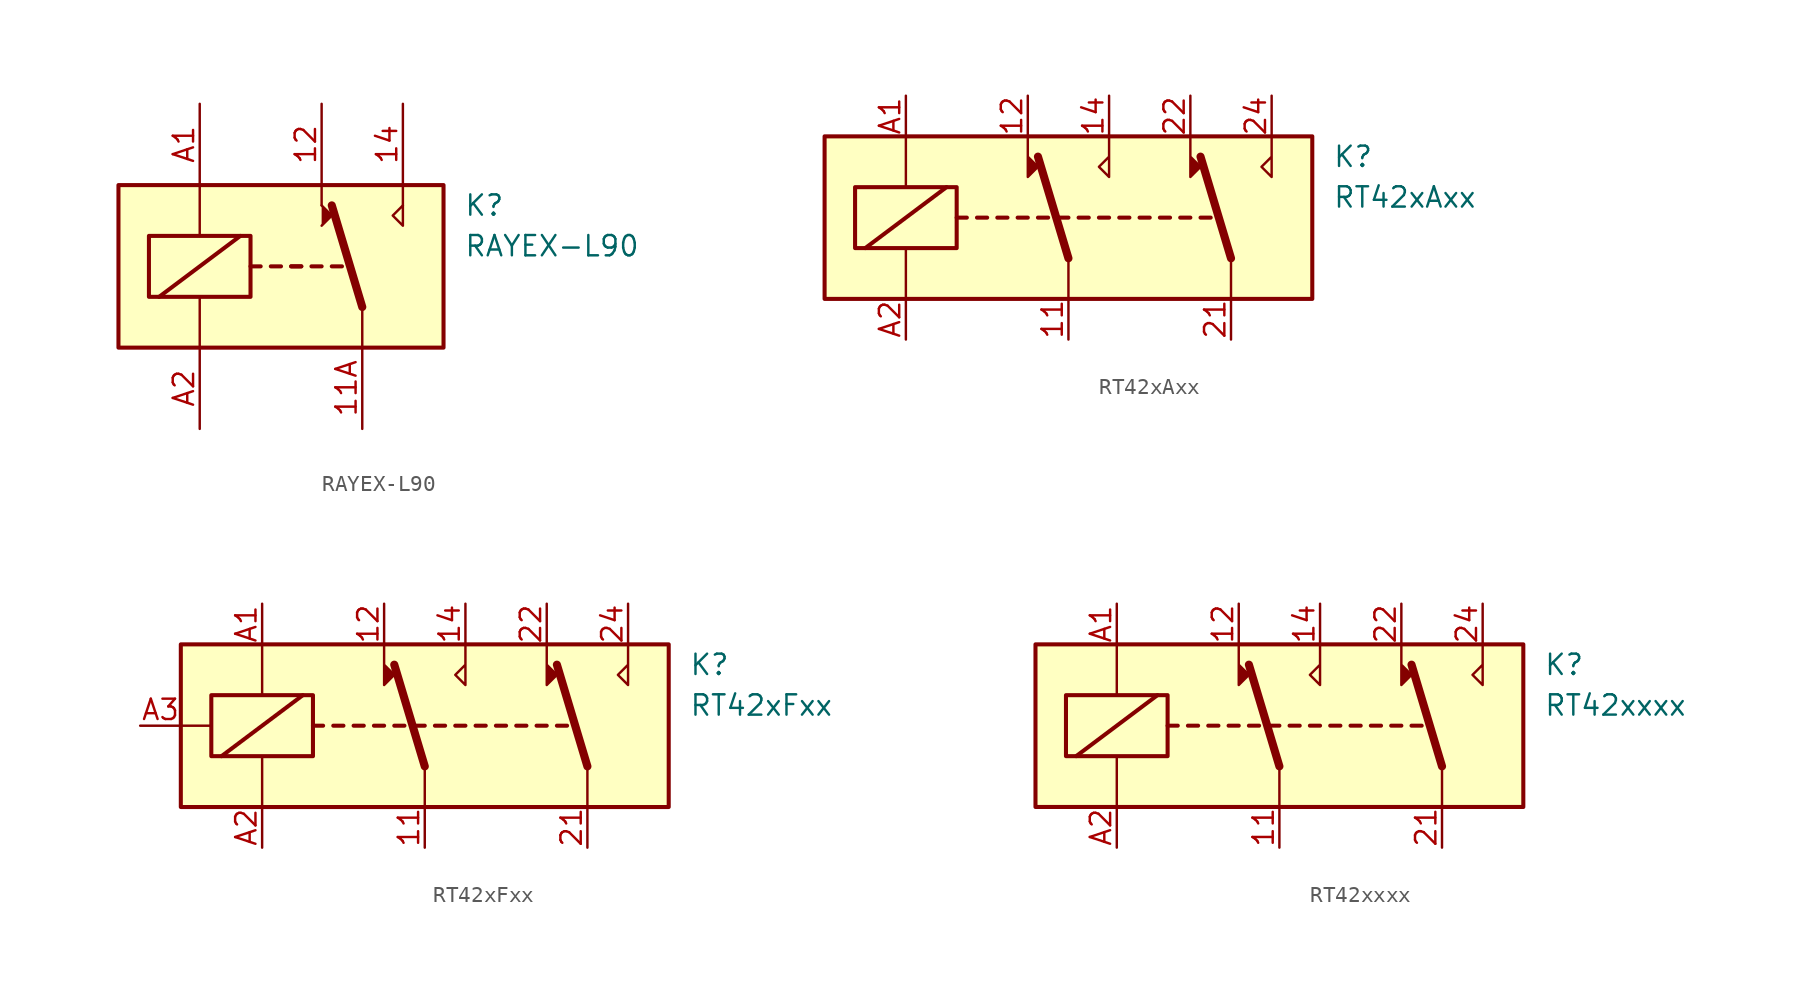
<source format=kicad_sym>
(kicad_symbol_lib
  (version 20201005)
  (generator kicad_symbol_editor)
  (symbol "RAYEX-L90"
    (property "Reference" "K"
      (at 11.43 3.81 0)
      (effects (font (size 1.27 1.27)) (justify left)))
    (property "Value" "RAYEX-L90"
      (at 11.43 1.27 0)
      (effects (font (size 1.27 1.27)) (justify left)))
    (symbol "RAYEX-L90_1_0"
      (polyline (pts (xy 2.54 3.81) (xy 2.54 5.08)) (stroke (width 0)) (fill (type none)))
      (polyline (pts (xy 7.62 3.81) (xy 7.62 5.08)) (stroke (width 0)) (fill (type none)))
      (polyline (pts (xy 7.62 3.81) (xy 7.62 2.54) (xy 6.985 3.175) (xy 7.62 3.81)) (stroke (width 0)) (fill (type none))))
    (symbol "RAYEX-L90_1_1"
      (rectangle (start -8.255 1.905) (end -1.905 -1.905) (stroke (width 0.254)) (fill (type none)))
      (rectangle (start -10.16 5.08) (end 10.16 -5.08) (stroke (width 0.254)) (fill (type background)))
      (polyline (pts (xy -7.62 -1.905) (xy -2.54 1.905)) (stroke (width 0.254)) (fill (type none)))
      (polyline (pts (xy -5.08 -5.08) (xy -5.08 -1.905)) (stroke (width 0)) (fill (type none)))
      (polyline (pts (xy -5.08 5.08) (xy -5.08 1.905)) (stroke (width 0)) (fill (type none)))
      (polyline (pts (xy -1.905 0) (xy -1.27 0)) (stroke (width 0.254)) (fill (type none)))
      (polyline (pts (xy -0.635 0) (xy 0 0)) (stroke (width 0.254)) (fill (type none)))
      (polyline (pts (xy 0.635 0) (xy 1.27 0)) (stroke (width 0.254)) (fill (type none)))
      (polyline (pts (xy 0.635 0) (xy 1.27 0)) (stroke (width 0.254)) (fill (type none)))
      (polyline (pts (xy 1.905 0) (xy 2.54 0)) (stroke (width 0.254)) (fill (type none)))
      (polyline (pts (xy 3.175 0) (xy 3.81 0)) (stroke (width 0.254)) (fill (type none)))
      (polyline (pts (xy 5.08 -2.54) (xy 3.175 3.81)) (stroke (width 0.508)) (fill (type none)))
      (polyline (pts (xy 5.08 -2.54) (xy 5.08 -5.08)) (stroke (width 0)) (fill (type none)))
      (polyline (pts (xy 2.54 2.54) (xy 3.175 3.175) (xy 2.54 3.81)) (stroke (width 0)) (fill (type outline)))
      (pin passive line (at 5.08 -10.16 90) (length 5.08) (name "~" (effects (font (size 1.27 1.27)))) (number "11A" (effects (font (size 1.27 1.27)))))
      (pin passive line (at 5.08 -10.16 90) (length 5.08) hide (name "~" (effects (font (size 1.27 1.27)))) (number "11B" (effects (font (size 1.27 1.27)))))
      (pin passive line (at 2.54 10.16 270) (length 5.08) (name "~" (effects (font (size 1.27 1.27)))) (number "12" (effects (font (size 1.27 1.27)))))
      (pin passive line (at 7.62 10.16 270) (length 5.08) (name "~" (effects (font (size 1.27 1.27)))) (number "14" (effects (font (size 1.27 1.27)))))
      (pin passive line (at -5.08 10.16 270) (length 5.08) (name "~" (effects (font (size 1.27 1.27)))) (number "A1" (effects (font (size 1.27 1.27)))))
      (pin passive line (at -5.08 -10.16 90) (length 5.08) (name "~" (effects (font (size 1.27 1.27)))) (number "A2" (effects (font (size 1.27 1.27)))))))
  (symbol "RT42xAxx"
    (property "Reference" "K"
      (at 16.51 3.81 0)
      (effects (font (size 1.27 1.27)) (justify left)))
    (property "Value" "RT42xAxx"
      (at 16.51 1.27 0)
      (effects (font (size 1.27 1.27)) (justify left)))
    (symbol "RT42xAxx_0_0"
      (polyline (pts (xy -7.62 1.905) (xy -12.7 -1.905)) (stroke (width 0.254)) (fill (type none))))
    (symbol "RT42xAxx_0_1"
      (rectangle (start -13.335 1.905) (end -6.985 -1.905) (stroke (width 0.254)) (fill (type none)))
      (rectangle (start -15.24 5.08) (end 15.24 -5.08) (stroke (width 0.254)) (fill (type background)))
      (polyline (pts (xy -10.16 -5.08) (xy -10.16 -1.905)) (stroke (width 0)) (fill (type none)))
      (polyline (pts (xy -10.16 5.08) (xy -10.16 1.905)) (stroke (width 0)) (fill (type none)))
      (polyline (pts (xy -6.985 0) (xy -6.35 0)) (stroke (width 0.254)) (fill (type none)))
      (polyline (pts (xy -5.715 0) (xy -5.08 0)) (stroke (width 0.254)) (fill (type none)))
      (polyline (pts (xy -4.445 0) (xy -3.81 0)) (stroke (width 0.254)) (fill (type none)))
      (polyline (pts (xy -3.175 0) (xy -2.54 0)) (stroke (width 0.254)) (fill (type none)))
      (polyline (pts (xy -1.905 0) (xy -1.27 0)) (stroke (width 0.254)) (fill (type none)))
      (polyline (pts (xy -0.635 0) (xy 0 0)) (stroke (width 0.254)) (fill (type none)))
      (polyline (pts (xy 0 -2.54) (xy -1.905 3.81)) (stroke (width 0.508)) (fill (type none)))
      (polyline (pts (xy 0 -2.54) (xy 0 -5.08)) (stroke (width 0)) (fill (type none)))
      (polyline (pts (xy 0.635 0) (xy 1.27 0)) (stroke (width 0.254)) (fill (type none)))
      (polyline (pts (xy 1.905 0) (xy 2.54 0)) (stroke (width 0.254)) (fill (type none)))
      (polyline (pts (xy 3.175 0) (xy 3.81 0)) (stroke (width 0.254)) (fill (type none)))
      (polyline (pts (xy 4.445 0) (xy 5.08 0)) (stroke (width 0.254)) (fill (type none)))
      (polyline (pts (xy 5.715 0) (xy 6.35 0)) (stroke (width 0.254)) (fill (type none)))
      (polyline (pts (xy 6.985 0) (xy 7.62 0)) (stroke (width 0.254)) (fill (type none)))
      (polyline (pts (xy 8.255 0) (xy 8.89 0)) (stroke (width 0.254)) (fill (type none)))
      (polyline (pts (xy 10.16 -2.54) (xy 8.255 3.81)) (stroke (width 0.508)) (fill (type none)))
      (polyline (pts (xy 10.16 -2.54) (xy 10.16 -5.08)) (stroke (width 0)) (fill (type none)))
      (polyline (pts (xy 2.54 5.08) (xy 2.54 2.54) (xy 1.905 3.175) (xy 2.54 3.81)) (stroke (width 0)) (fill (type none)))
      (polyline (pts (xy 12.7 5.08) (xy 12.7 2.54) (xy 12.065 3.175) (xy 12.7 3.81)) (stroke (width 0)) (fill (type none)))
      (polyline (pts (xy -2.54 5.08) (xy -2.54 2.54) (xy -1.905 3.175) (xy -2.54 3.81)) (stroke (width 0)) (fill (type outline)))
      (polyline (pts (xy 7.62 5.08) (xy 7.62 2.54) (xy 8.255 3.175) (xy 7.62 3.81)) (stroke (width 0)) (fill (type outline))))
    (symbol "RT42xAxx_1_1"
      (pin passive line (at 0 -7.62 90) (length 2.54) (name "~" (effects (font (size 1.27 1.27)))) (number "11" (effects (font (size 1.27 1.27)))))
      (pin passive line (at -2.54 7.62 270) (length 2.54) (name "~" (effects (font (size 1.27 1.27)))) (number "12" (effects (font (size 1.27 1.27)))))
      (pin passive line (at 2.54 7.62 270) (length 2.54) (name "~" (effects (font (size 1.27 1.27)))) (number "14" (effects (font (size 1.27 1.27)))))
      (pin passive line (at 10.16 -7.62 90) (length 2.54) (name "~" (effects (font (size 1.27 1.27)))) (number "21" (effects (font (size 1.27 1.27)))))
      (pin passive line (at 7.62 7.62 270) (length 2.54) (name "~" (effects (font (size 1.27 1.27)))) (number "22" (effects (font (size 1.27 1.27)))))
      (pin passive line (at 12.7 7.62 270) (length 2.54) (name "~" (effects (font (size 1.27 1.27)))) (number "24" (effects (font (size 1.27 1.27)))))
      (pin passive line (at -10.16 7.62 270) (length 2.54) (name "~" (effects (font (size 1.27 1.27)))) (number "A1" (effects (font (size 1.27 1.27)))))
      (pin passive line (at -10.16 -7.62 90) (length 2.54) (name "~" (effects (font (size 1.27 1.27)))) (number "A2" (effects (font (size 1.27 1.27)))))))
  (symbol "RT42xFxx"
    (property "Reference" "K"
      (at 16.51 3.81 0)
      (effects (font (size 1.27 1.27)) (justify left)))
    (property "Value" "RT42xFxx"
      (at 16.51 1.27 0)
      (effects (font (size 1.27 1.27)) (justify left)))
    (symbol "RT42xFxx_0_0"
      (polyline (pts (xy -7.62 1.905) (xy -12.7 -1.905)) (stroke (width 0.254)) (fill (type none))))
    (symbol "RT42xFxx_0_1"
      (rectangle (start -15.24 0) (end -13.335 0) (stroke (width 0)) (fill (type none)))
      (rectangle (start -13.335 1.905) (end -6.985 -1.905) (stroke (width 0.254)) (fill (type none)))
      (rectangle (start -15.24 5.08) (end 15.24 -5.08) (stroke (width 0.254)) (fill (type background)))
      (polyline (pts (xy -10.16 -5.08) (xy -10.16 -1.905)) (stroke (width 0)) (fill (type none)))
      (polyline (pts (xy -10.16 5.08) (xy -10.16 1.905)) (stroke (width 0)) (fill (type none)))
      (polyline (pts (xy -6.985 0) (xy -6.35 0)) (stroke (width 0.254)) (fill (type none)))
      (polyline (pts (xy -5.715 0) (xy -5.08 0)) (stroke (width 0.254)) (fill (type none)))
      (polyline (pts (xy -4.445 0) (xy -3.81 0)) (stroke (width 0.254)) (fill (type none)))
      (polyline (pts (xy -3.175 0) (xy -2.54 0)) (stroke (width 0.254)) (fill (type none)))
      (polyline (pts (xy -1.905 0) (xy -1.27 0)) (stroke (width 0.254)) (fill (type none)))
      (polyline (pts (xy -0.635 0) (xy 0 0)) (stroke (width 0.254)) (fill (type none)))
      (polyline (pts (xy 0 -2.54) (xy -1.905 3.81)) (stroke (width 0.508)) (fill (type none)))
      (polyline (pts (xy 0 -2.54) (xy 0 -5.08)) (stroke (width 0)) (fill (type none)))
      (polyline (pts (xy 0.635 0) (xy 1.27 0)) (stroke (width 0.254)) (fill (type none)))
      (polyline (pts (xy 1.905 0) (xy 2.54 0)) (stroke (width 0.254)) (fill (type none)))
      (polyline (pts (xy 3.175 0) (xy 3.81 0)) (stroke (width 0.254)) (fill (type none)))
      (polyline (pts (xy 4.445 0) (xy 5.08 0)) (stroke (width 0.254)) (fill (type none)))
      (polyline (pts (xy 5.715 0) (xy 6.35 0)) (stroke (width 0.254)) (fill (type none)))
      (polyline (pts (xy 6.985 0) (xy 7.62 0)) (stroke (width 0.254)) (fill (type none)))
      (polyline (pts (xy 8.255 0) (xy 8.89 0)) (stroke (width 0.254)) (fill (type none)))
      (polyline (pts (xy 10.16 -2.54) (xy 8.255 3.81)) (stroke (width 0.508)) (fill (type none)))
      (polyline (pts (xy 10.16 -2.54) (xy 10.16 -5.08)) (stroke (width 0)) (fill (type none)))
      (polyline (pts (xy 2.54 5.08) (xy 2.54 2.54) (xy 1.905 3.175) (xy 2.54 3.81)) (stroke (width 0)) (fill (type none)))
      (polyline (pts (xy 12.7 5.08) (xy 12.7 2.54) (xy 12.065 3.175) (xy 12.7 3.81)) (stroke (width 0)) (fill (type none)))
      (polyline (pts (xy -2.54 5.08) (xy -2.54 2.54) (xy -1.905 3.175) (xy -2.54 3.81)) (stroke (width 0)) (fill (type outline)))
      (polyline (pts (xy 7.62 5.08) (xy 7.62 2.54) (xy 8.255 3.175) (xy 7.62 3.81)) (stroke (width 0)) (fill (type outline))))
    (symbol "RT42xFxx_1_1"
      (pin passive line (at 0 -7.62 90) (length 2.54) (name "~" (effects (font (size 1.27 1.27)))) (number "11" (effects (font (size 1.27 1.27)))))
      (pin passive line (at -2.54 7.62 270) (length 2.54) (name "~" (effects (font (size 1.27 1.27)))) (number "12" (effects (font (size 1.27 1.27)))))
      (pin passive line (at 2.54 7.62 270) (length 2.54) (name "~" (effects (font (size 1.27 1.27)))) (number "14" (effects (font (size 1.27 1.27)))))
      (pin passive line (at 10.16 -7.62 90) (length 2.54) (name "~" (effects (font (size 1.27 1.27)))) (number "21" (effects (font (size 1.27 1.27)))))
      (pin passive line (at 7.62 7.62 270) (length 2.54) (name "~" (effects (font (size 1.27 1.27)))) (number "22" (effects (font (size 1.27 1.27)))))
      (pin passive line (at 12.7 7.62 270) (length 2.54) (name "~" (effects (font (size 1.27 1.27)))) (number "24" (effects (font (size 1.27 1.27)))))
      (pin passive line (at -10.16 7.62 270) (length 2.54) (name "~" (effects (font (size 1.27 1.27)))) (number "A1" (effects (font (size 1.27 1.27)))))
      (pin passive line (at -10.16 -7.62 90) (length 2.54) (name "~" (effects (font (size 1.27 1.27)))) (number "A2" (effects (font (size 1.27 1.27)))))
      (pin passive line (at -17.78 0 0) (length 2.54) (name "~" (effects (font (size 1.27 1.27)))) (number "A3" (effects (font (size 1.27 1.27)))))))
  (symbol "RT42xxxx"
    (property "Reference" "K"
      (at 16.51 3.81 0)
      (effects (font (size 1.27 1.27)) (justify left)))
    (property "Value" "RT42xxxx"
      (at 16.51 1.27 0)
      (effects (font (size 1.27 1.27)) (justify left)))
    (symbol "RT42xxxx_0_1"
      (rectangle (start -13.335 1.905) (end -6.985 -1.905) (stroke (width 0.254)) (fill (type none)))
      (rectangle (start -15.24 5.08) (end 15.24 -5.08) (stroke (width 0.254)) (fill (type background)))
      (polyline (pts (xy -12.7 -1.905) (xy -7.62 1.905)) (stroke (width 0.254)) (fill (type none)))
      (polyline (pts (xy -10.16 -5.08) (xy -10.16 -1.905)) (stroke (width 0)) (fill (type none)))
      (polyline (pts (xy -10.16 5.08) (xy -10.16 1.905)) (stroke (width 0)) (fill (type none)))
      (polyline (pts (xy -6.985 0) (xy -6.35 0)) (stroke (width 0.254)) (fill (type none)))
      (polyline (pts (xy -5.715 0) (xy -5.08 0)) (stroke (width 0.254)) (fill (type none)))
      (polyline (pts (xy -4.445 0) (xy -3.81 0)) (stroke (width 0.254)) (fill (type none)))
      (polyline (pts (xy -3.175 0) (xy -2.54 0)) (stroke (width 0.254)) (fill (type none)))
      (polyline (pts (xy -1.905 0) (xy -1.27 0)) (stroke (width 0.254)) (fill (type none)))
      (polyline (pts (xy -0.635 0) (xy 0 0)) (stroke (width 0.254)) (fill (type none)))
      (polyline (pts (xy 0 -2.54) (xy -1.905 3.81)) (stroke (width 0.508)) (fill (type none)))
      (polyline (pts (xy 0 -2.54) (xy 0 -5.08)) (stroke (width 0)) (fill (type none)))
      (polyline (pts (xy 0.635 0) (xy 1.27 0)) (stroke (width 0.254)) (fill (type none)))
      (polyline (pts (xy 1.905 0) (xy 2.54 0)) (stroke (width 0.254)) (fill (type none)))
      (polyline (pts (xy 3.175 0) (xy 3.81 0)) (stroke (width 0.254)) (fill (type none)))
      (polyline (pts (xy 4.445 0) (xy 5.08 0)) (stroke (width 0.254)) (fill (type none)))
      (polyline (pts (xy 5.715 0) (xy 6.35 0)) (stroke (width 0.254)) (fill (type none)))
      (polyline (pts (xy 6.985 0) (xy 7.62 0)) (stroke (width 0.254)) (fill (type none)))
      (polyline (pts (xy 8.255 0) (xy 8.89 0)) (stroke (width 0.254)) (fill (type none)))
      (polyline (pts (xy 10.16 -2.54) (xy 8.255 3.81)) (stroke (width 0.508)) (fill (type none)))
      (polyline (pts (xy 10.16 -2.54) (xy 10.16 -5.08)) (stroke (width 0)) (fill (type none)))
      (polyline (pts (xy 2.54 5.08) (xy 2.54 2.54) (xy 1.905 3.175) (xy 2.54 3.81)) (stroke (width 0)) (fill (type none)))
      (polyline (pts (xy 12.7 5.08) (xy 12.7 2.54) (xy 12.065 3.175) (xy 12.7 3.81)) (stroke (width 0)) (fill (type none)))
      (polyline (pts (xy -2.54 5.08) (xy -2.54 2.54) (xy -1.905 3.175) (xy -2.54 3.81)) (stroke (width 0)) (fill (type outline)))
      (polyline (pts (xy 7.62 5.08) (xy 7.62 2.54) (xy 8.255 3.175) (xy 7.62 3.81)) (stroke (width 0)) (fill (type outline))))
    (symbol "RT42xxxx_1_1"
      (pin passive line (at 0 -7.62 90) (length 2.54) (name "~" (effects (font (size 1.27 1.27)))) (number "11" (effects (font (size 1.27 1.27)))))
      (pin passive line (at -2.54 7.62 270) (length 2.54) (name "~" (effects (font (size 1.27 1.27)))) (number "12" (effects (font (size 1.27 1.27)))))
      (pin passive line (at 2.54 7.62 270) (length 2.54) (name "~" (effects (font (size 1.27 1.27)))) (number "14" (effects (font (size 1.27 1.27)))))
      (pin passive line (at 10.16 -7.62 90) (length 2.54) (name "~" (effects (font (size 1.27 1.27)))) (number "21" (effects (font (size 1.27 1.27)))))
      (pin passive line (at 7.62 7.62 270) (length 2.54) (name "~" (effects (font (size 1.27 1.27)))) (number "22" (effects (font (size 1.27 1.27)))))
      (pin passive line (at 12.7 7.62 270) (length 2.54) (name "~" (effects (font (size 1.27 1.27)))) (number "24" (effects (font (size 1.27 1.27)))))
      (pin passive line (at -10.16 7.62 270) (length 2.54) (name "~" (effects (font (size 1.27 1.27)))) (number "A1" (effects (font (size 1.27 1.27)))))
      (pin passive line (at -10.16 -7.62 90) (length 2.54) (name "~" (effects (font (size 1.27 1.27)))) (number "A2" (effects (font (size 1.27 1.27))))))))
</source>
